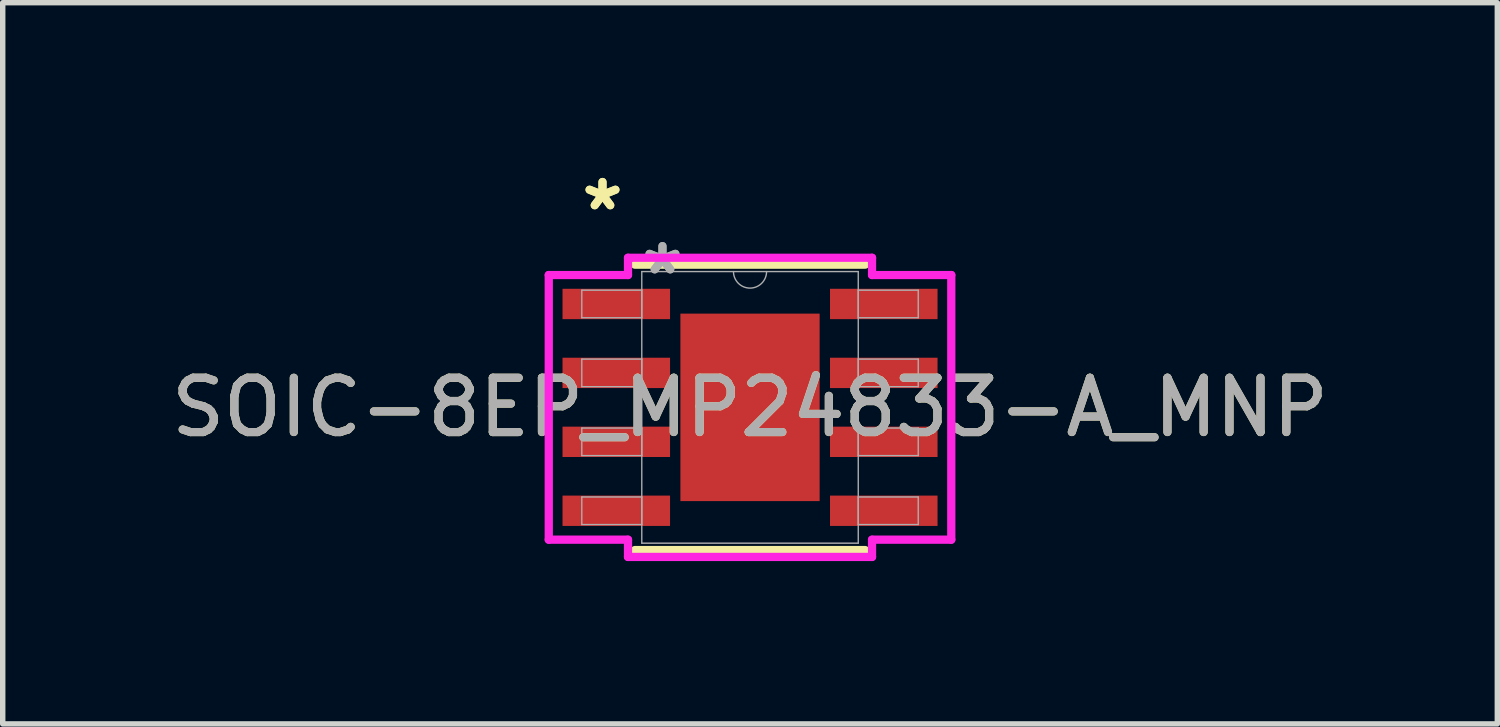
<source format=kicad_pcb>
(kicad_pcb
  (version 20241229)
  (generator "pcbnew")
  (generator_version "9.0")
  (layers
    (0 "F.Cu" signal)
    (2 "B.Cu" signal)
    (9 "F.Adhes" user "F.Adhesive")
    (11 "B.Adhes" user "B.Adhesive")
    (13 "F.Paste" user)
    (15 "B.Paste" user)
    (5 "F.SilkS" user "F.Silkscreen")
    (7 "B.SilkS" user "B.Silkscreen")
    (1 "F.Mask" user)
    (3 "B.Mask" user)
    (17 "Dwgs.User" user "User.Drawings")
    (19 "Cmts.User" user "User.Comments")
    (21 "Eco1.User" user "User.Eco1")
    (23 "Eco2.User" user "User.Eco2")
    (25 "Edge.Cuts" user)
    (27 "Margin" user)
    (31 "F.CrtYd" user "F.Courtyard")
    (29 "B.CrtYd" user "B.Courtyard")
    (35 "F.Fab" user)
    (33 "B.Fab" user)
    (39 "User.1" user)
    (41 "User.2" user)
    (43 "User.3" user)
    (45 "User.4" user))
  (footprint "SOIC-8EP_MP24833-A_MNP"
    (layer "F.Cu")
    (at 10.768 4.455)
    (property "Reference" "SOIC-8EP_MP24833-A_MNP" (at 0 0 0) (unlocked yes) (layer "F.SilkS") (effects (font (size 1 1) (thickness 0.15))))
    (attr smd)
    (fp_line (start -2.121 2.629) (end 2.121 2.629) (stroke (width 0.152) (type solid)) (layer "F.SilkS"))
    (fp_line (start 2.121 -2.629) (end -2.121 -2.629) (stroke (width 0.152) (type solid)) (layer "F.SilkS"))
    (fp_poly (pts (xy -1.183 -1.627) (xy -1.183 -0.1) (xy -0.1 -0.1) (xy -0.1 -1.627)) (stroke (width 0) (type solid)) (fill yes) (layer "F.Paste"))
    (fp_poly (pts (xy -1.183 0.1) (xy -1.183 1.627) (xy -0.1 1.627) (xy -0.1 0.1)) (stroke (width 0) (type solid)) (fill yes) (layer "F.Paste"))
    (fp_poly (pts (xy 0.1 -1.627) (xy 0.1 -0.1) (xy 1.183 -0.1) (xy 1.183 -1.627)) (stroke (width 0) (type solid)) (fill yes) (layer "F.Paste"))
    (fp_poly (pts (xy 0.1 0.1) (xy 0.1 1.627) (xy 1.183 1.627) (xy 1.183 0.1)) (stroke (width 0) (type solid)) (fill yes) (layer "F.Paste"))
    (fp_line (start -3.708 -2.438) (end -2.248 -2.438) (stroke (width 0.152) (type solid)) (layer "F.CrtYd"))
    (fp_line (start -3.708 2.438) (end -3.708 -2.438) (stroke (width 0.152) (type solid)) (layer "F.CrtYd"))
    (fp_line (start -3.708 2.438) (end -2.248 2.438) (stroke (width 0.152) (type solid)) (layer "F.CrtYd"))
    (fp_line (start -2.248 -2.756) (end 2.248 -2.756) (stroke (width 0.152) (type solid)) (layer "F.CrtYd"))
    (fp_line (start -2.248 -2.438) (end -2.248 -2.756) (stroke (width 0.152) (type solid)) (layer "F.CrtYd"))
    (fp_line (start -2.248 2.756) (end -2.248 2.438) (stroke (width 0.152) (type solid)) (layer "F.CrtYd"))
    (fp_line (start 2.248 -2.756) (end 2.248 -2.438) (stroke (width 0.152) (type solid)) (layer "F.CrtYd"))
    (fp_line (start 2.248 2.438) (end 2.248 2.756) (stroke (width 0.152) (type solid)) (layer "F.CrtYd"))
    (fp_line (start 2.248 2.756) (end -2.248 2.756) (stroke (width 0.152) (type solid)) (layer "F.CrtYd"))
    (fp_line (start 3.708 -2.438) (end 2.248 -2.438) (stroke (width 0.152) (type solid)) (layer "F.CrtYd"))
    (fp_line (start 3.708 -2.438) (end 3.708 2.438) (stroke (width 0.152) (type solid)) (layer "F.CrtYd"))
    (fp_line (start 3.708 2.438) (end 2.248 2.438) (stroke (width 0.152) (type solid)) (layer "F.CrtYd"))
    (fp_line (start -3.099 -2.159) (end -3.099 -1.651) (stroke (width 0.025) (type solid)) (layer "F.Fab"))
    (fp_line (start -3.099 -1.651) (end -1.994 -1.651) (stroke (width 0.025) (type solid)) (layer "F.Fab"))
    (fp_line (start -3.099 -0.889) (end -3.099 -0.381) (stroke (width 0.025) (type solid)) (layer "F.Fab"))
    (fp_line (start -3.099 -0.381) (end -1.994 -0.381) (stroke (width 0.025) (type solid)) (layer "F.Fab"))
    (fp_line (start -3.099 0.381) (end -3.099 0.889) (stroke (width 0.025) (type solid)) (layer "F.Fab"))
    (fp_line (start -3.099 0.889) (end -1.994 0.889) (stroke (width 0.025) (type solid)) (layer "F.Fab"))
    (fp_line (start -3.099 1.651) (end -3.099 2.159) (stroke (width 0.025) (type solid)) (layer "F.Fab"))
    (fp_line (start -3.099 2.159) (end -1.994 2.159) (stroke (width 0.025) (type solid)) (layer "F.Fab"))
    (fp_line (start -1.994 -2.502) (end -1.994 2.502) (stroke (width 0.025) (type solid)) (layer "F.Fab"))
    (fp_line (start -1.994 -2.159) (end -3.099 -2.159) (stroke (width 0.025) (type solid)) (layer "F.Fab"))
    (fp_line (start -1.994 -1.651) (end -1.994 -2.159) (stroke (width 0.025) (type solid)) (layer "F.Fab"))
    (fp_line (start -1.994 -0.889) (end -3.099 -0.889) (stroke (width 0.025) (type solid)) (layer "F.Fab"))
    (fp_line (start -1.994 -0.381) (end -1.994 -0.889) (stroke (width 0.025) (type solid)) (layer "F.Fab"))
    (fp_line (start -1.994 0.381) (end -3.099 0.381) (stroke (width 0.025) (type solid)) (layer "F.Fab"))
    (fp_line (start -1.994 0.889) (end -1.994 0.381) (stroke (width 0.025) (type solid)) (layer "F.Fab"))
    (fp_line (start -1.994 1.651) (end -3.099 1.651) (stroke (width 0.025) (type solid)) (layer "F.Fab"))
    (fp_line (start -1.994 2.159) (end -1.994 1.651) (stroke (width 0.025) (type solid)) (layer "F.Fab"))
    (fp_line (start -1.994 2.502) (end 1.994 2.502) (stroke (width 0.025) (type solid)) (layer "F.Fab"))
    (fp_line (start 1.994 -2.502) (end -1.994 -2.502) (stroke (width 0.025) (type solid)) (layer "F.Fab"))
    (fp_line (start 1.994 -2.159) (end 1.994 -1.651) (stroke (width 0.025) (type solid)) (layer "F.Fab"))
    (fp_line (start 1.994 -1.651) (end 3.099 -1.651) (stroke (width 0.025) (type solid)) (layer "F.Fab"))
    (fp_line (start 1.994 -0.889) (end 1.994 -0.381) (stroke (width 0.025) (type solid)) (layer "F.Fab"))
    (fp_line (start 1.994 -0.381) (end 3.099 -0.381) (stroke (width 0.025) (type solid)) (layer "F.Fab"))
    (fp_line (start 1.994 0.381) (end 1.994 0.889) (stroke (width 0.025) (type solid)) (layer "F.Fab"))
    (fp_line (start 1.994 0.889) (end 3.099 0.889) (stroke (width 0.025) (type solid)) (layer "F.Fab"))
    (fp_line (start 1.994 1.651) (end 1.994 2.159) (stroke (width 0.025) (type solid)) (layer "F.Fab"))
    (fp_line (start 1.994 2.159) (end 3.099 2.159) (stroke (width 0.025) (type solid)) (layer "F.Fab"))
    (fp_line (start 1.994 2.502) (end 1.994 -2.502) (stroke (width 0.025) (type solid)) (layer "F.Fab"))
    (fp_line (start 3.099 -2.159) (end 1.994 -2.159) (stroke (width 0.025) (type solid)) (layer "F.Fab"))
    (fp_line (start 3.099 -1.651) (end 3.099 -2.159) (stroke (width 0.025) (type solid)) (layer "F.Fab"))
    (fp_line (start 3.099 -0.889) (end 1.994 -0.889) (stroke (width 0.025) (type solid)) (layer "F.Fab"))
    (fp_line (start 3.099 -0.381) (end 3.099 -0.889) (stroke (width 0.025) (type solid)) (layer "F.Fab"))
    (fp_line (start 3.099 0.381) (end 1.994 0.381) (stroke (width 0.025) (type solid)) (layer "F.Fab"))
    (fp_line (start 3.099 0.889) (end 3.099 0.381) (stroke (width 0.025) (type solid)) (layer "F.Fab"))
    (fp_line (start 3.099 1.651) (end 1.994 1.651) (stroke (width 0.025) (type solid)) (layer "F.Fab"))
    (fp_line (start 3.099 2.159) (end 3.099 1.651) (stroke (width 0.025) (type solid)) (layer "F.Fab"))
    (fp_arc (start 0.3048 -2.5019) (mid 0 -2.1971) (end -0.3048 -2.5019) (stroke (width 0.0254) (type solid)) (layer "F.Fab"))
    (fp_text user "*" (at -2.718 -3.607 0) (layer "F.SilkS") (effects (font (size 1 1) (thickness 0.15))))
    (fp_text user "*" (at -2.718 -3.607 0) (unlocked yes) (layer "F.SilkS") (effects (font (size 1 1) (thickness 0.15))))
    (fp_text user "*" (at -1.613 -2.426 0) (layer "F.Fab") (effects (font (size 1 1) (thickness 0.15))))
    (fp_text user "${REFERENCE}" (at 0 0 0) (unlocked yes) (layer "F.Fab") (effects (font (size 1 1) (thickness 0.15))))
    (fp_text user "*" (at -1.613 -2.426 0) (unlocked yes) (layer "F.Fab") (effects (font (size 1 1) (thickness 0.15))))
    (pad "1" smd rect (at -2.464 -1.905) (size 1.981 0.559) (layers "F.Cu" "F.Mask" "F.Paste"))
    (pad "2" smd rect (at -2.464 -0.635) (size 1.981 0.559) (layers "F.Cu" "F.Mask" "F.Paste"))
    (pad "3" smd rect (at -2.464 0.635) (size 1.981 0.559) (layers "F.Cu" "F.Mask" "F.Paste"))
    (pad "4" smd rect (at -2.464 1.905) (size 1.981 0.559) (layers "F.Cu" "F.Mask" "F.Paste"))
    (pad "5" smd rect (at 2.464 1.905) (size 1.981 0.559) (layers "F.Cu" "F.Mask" "F.Paste"))
    (pad "6" smd rect (at 2.464 0.635) (size 1.981 0.559) (layers "F.Cu" "F.Mask" "F.Paste"))
    (pad "7" smd rect (at 2.464 -0.635) (size 1.981 0.559) (layers "F.Cu" "F.Mask" "F.Paste"))
    (pad "8" smd rect (at 2.464 -1.905) (size 1.981 0.559) (layers "F.Cu" "F.Mask" "F.Paste"))
    (pad "9" smd rect (at 0 0) (size 2.565 3.454) (layers "F.Cu" "F.Mask")))
  (gr_rect
    (start -3 -3)
    (end 24.536 10.287)
    (stroke (width 0.1) (type default))
    (fill no)
    (layer "Edge.Cuts")))
</source>
